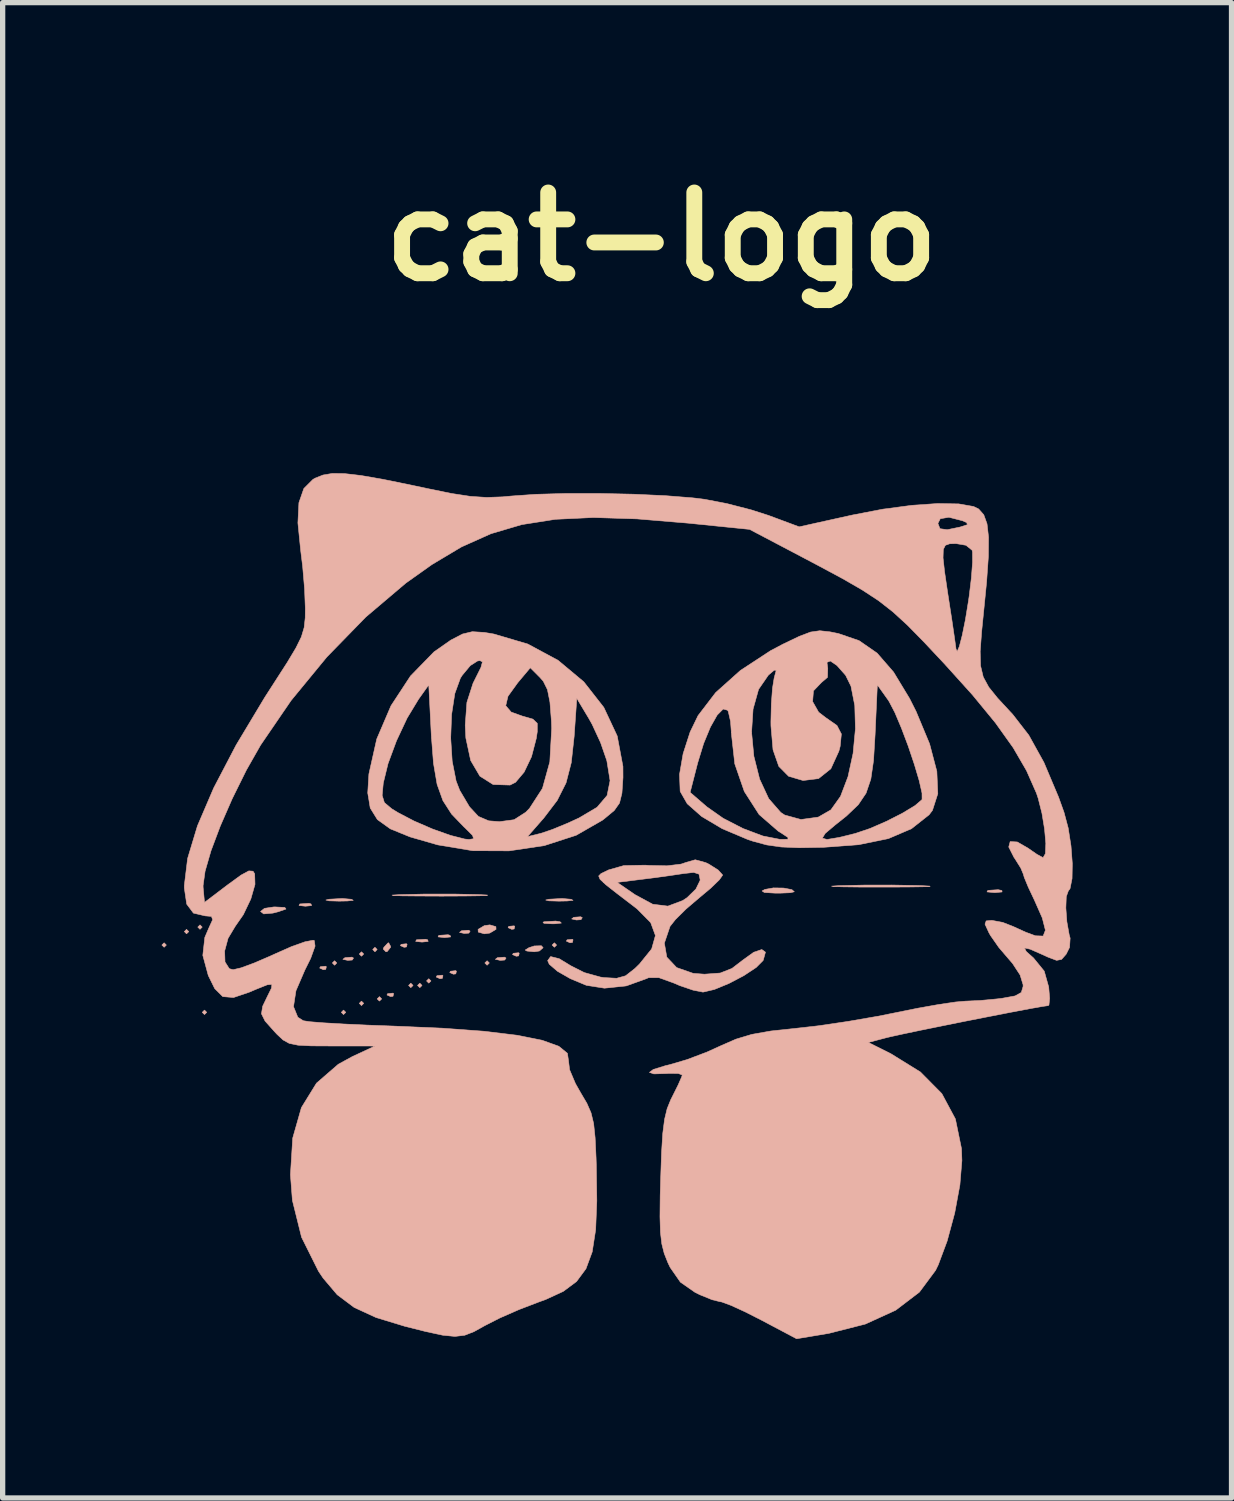
<source format=kicad_pcb>
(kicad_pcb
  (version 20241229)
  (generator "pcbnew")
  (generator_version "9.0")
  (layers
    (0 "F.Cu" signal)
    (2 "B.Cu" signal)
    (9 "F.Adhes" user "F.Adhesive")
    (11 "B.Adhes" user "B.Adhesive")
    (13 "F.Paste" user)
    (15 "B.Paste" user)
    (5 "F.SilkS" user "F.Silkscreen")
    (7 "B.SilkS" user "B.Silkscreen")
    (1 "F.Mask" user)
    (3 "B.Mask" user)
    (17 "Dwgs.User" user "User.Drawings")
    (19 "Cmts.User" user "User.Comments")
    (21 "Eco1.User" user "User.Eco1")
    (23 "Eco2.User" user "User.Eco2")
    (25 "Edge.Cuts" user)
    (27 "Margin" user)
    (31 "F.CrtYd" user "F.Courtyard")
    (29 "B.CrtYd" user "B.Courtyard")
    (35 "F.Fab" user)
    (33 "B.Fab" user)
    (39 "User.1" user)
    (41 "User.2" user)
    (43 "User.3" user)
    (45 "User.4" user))
  (footprint "cat-logo"
    (layer "F.Cu")
    (at 9.488 14.068)
    (property "Reference" "cat-logo" (at -0.05 -12.65 0) (layer "F.SilkS") (effects (font (size 1.524 1.524) (thickness 0.3))))
    (attr through_hole)
    (fp_poly (pts (xy -9.398 0.72) (xy -9.44 0.762) (xy -9.483 0.72) (xy -9.44 0.677) (xy -9.398 0.72)) (stroke (width 0.01) (type solid)) (fill yes) (layer "B.SilkS"))
    (fp_poly (pts (xy -8.975 0.466) (xy -9.017 0.508) (xy -9.059 0.466) (xy -9.017 0.423) (xy -8.975 0.466)) (stroke (width 0.01) (type solid)) (fill yes) (layer "B.SilkS"))
    (fp_poly (pts (xy -8.721 0.381) (xy -8.763 0.423) (xy -8.805 0.381) (xy -8.763 0.339) (xy -8.721 0.381)) (stroke (width 0.01) (type solid)) (fill yes) (layer "B.SilkS"))
    (fp_poly (pts (xy -8.636 1.99) (xy -8.678 2.032) (xy -8.721 1.99) (xy -8.678 1.947) (xy -8.636 1.99)) (stroke (width 0.01) (type solid)) (fill yes) (layer "B.SilkS"))
    (fp_poly (pts (xy -6.181 1.058) (xy -6.223 1.101) (xy -6.265 1.058) (xy -6.223 1.016) (xy -6.181 1.058)) (stroke (width 0.01) (type solid)) (fill yes) (layer "B.SilkS"))
    (fp_poly (pts (xy -6.011 1.99) (xy -6.054 2.032) (xy -6.096 1.99) (xy -6.054 1.947) (xy -6.011 1.99)) (stroke (width 0.01) (type solid)) (fill yes) (layer "B.SilkS"))
    (fp_poly (pts (xy -5.673 0.889) (xy -5.715 0.931) (xy -5.757 0.889) (xy -5.715 0.847) (xy -5.673 0.889)) (stroke (width 0.01) (type solid)) (fill yes) (layer "B.SilkS"))
    (fp_poly (pts (xy -5.673 1.82) (xy -5.715 1.863) (xy -5.757 1.82) (xy -5.715 1.778) (xy -5.673 1.82)) (stroke (width 0.01) (type solid)) (fill yes) (layer "B.SilkS"))
    (fp_poly (pts (xy -5.419 0.804) (xy -5.461 0.847) (xy -5.503 0.804) (xy -5.461 0.762) (xy -5.419 0.804)) (stroke (width 0.01) (type solid)) (fill yes) (layer "B.SilkS"))
    (fp_poly (pts (xy -5.334 1.736) (xy -5.376 1.778) (xy -5.419 1.736) (xy -5.376 1.693) (xy -5.334 1.736)) (stroke (width 0.01) (type solid)) (fill yes) (layer "B.SilkS"))
    (fp_poly (pts (xy -4.741 1.482) (xy -4.784 1.524) (xy -4.826 1.482) (xy -4.784 1.439) (xy -4.741 1.482)) (stroke (width 0.01) (type solid)) (fill yes) (layer "B.SilkS"))
    (fp_poly (pts (xy -4.572 1.482) (xy -4.614 1.524) (xy -4.657 1.482) (xy -4.614 1.439) (xy -4.572 1.482)) (stroke (width 0.01) (type solid)) (fill yes) (layer "B.SilkS"))
    (fp_poly (pts (xy -4.403 1.397) (xy -4.445 1.439) (xy -4.487 1.397) (xy -4.445 1.355) (xy -4.403 1.397)) (stroke (width 0.01) (type solid)) (fill yes) (layer "B.SilkS"))
    (fp_poly (pts (xy -3.302 1.058) (xy -3.344 1.101) (xy -3.387 1.058) (xy -3.344 1.016) (xy -3.302 1.058)) (stroke (width 0.01) (type solid)) (fill yes) (layer "B.SilkS"))
    (fp_poly (pts (xy -2.032 0.72) (xy -2.074 0.762) (xy -2.117 0.72) (xy -2.074 0.677) (xy -2.032 0.72)) (stroke (width 0.01) (type solid)) (fill yes) (layer "B.SilkS"))
    (fp_poly (pts (xy -6.668 -0.056) (xy -6.657 -0.025) (xy -6.773 -0.013) (xy -6.894 -0.027) (xy -6.879 -0.056) (xy -6.706 -0.067) (xy -6.668 -0.056)) (stroke (width 0.01) (type solid)) (fill yes) (layer "B.SilkS"))
    (fp_poly (pts (xy -6.378 1.129) (xy -6.39 1.179) (xy -6.435 1.185) (xy -6.504 1.154) (xy -6.491 1.129) (xy -6.391 1.119) (xy -6.378 1.129)) (stroke (width 0.01) (type solid)) (fill yes) (layer "B.SilkS"))
    (fp_poly (pts (xy -5.865 0.965) (xy -5.89 1.003) (xy -5.976 1.009) (xy -6.066 0.989) (xy -6.027 0.958) (xy -5.895 0.948) (xy -5.865 0.965)) (stroke (width 0.01) (type solid)) (fill yes) (layer "B.SilkS"))
    (fp_poly (pts (xy -5.108 1.637) (xy -5.12 1.687) (xy -5.165 1.693) (xy -5.234 1.662) (xy -5.221 1.637) (xy -5.121 1.627) (xy -5.108 1.637)) (stroke (width 0.01) (type solid)) (fill yes) (layer "B.SilkS"))
    (fp_poly (pts (xy -4.854 0.706) (xy -4.866 0.756) (xy -4.911 0.762) (xy -4.98 0.731) (xy -4.967 0.706) (xy -4.867 0.695) (xy -4.854 0.706)) (stroke (width 0.01) (type solid)) (fill yes) (layer "B.SilkS"))
    (fp_poly (pts (xy -4.466 0.621) (xy -4.456 0.652) (xy -4.572 0.664) (xy -4.692 0.651) (xy -4.678 0.621) (xy -4.504 0.61) (xy -4.466 0.621)) (stroke (width 0.01) (type solid)) (fill yes) (layer "B.SilkS"))
    (fp_poly (pts (xy -4.177 1.298) (xy -4.189 1.349) (xy -4.233 1.355) (xy -4.303 1.324) (xy -4.29 1.298) (xy -4.189 1.288) (xy -4.177 1.298)) (stroke (width 0.01) (type solid)) (fill yes) (layer "B.SilkS"))
    (fp_poly (pts (xy -4.043 0.537) (xy -4.032 0.567) (xy -4.149 0.579) (xy -4.269 0.566) (xy -4.255 0.537) (xy -4.081 0.525) (xy -4.043 0.537)) (stroke (width 0.01) (type solid)) (fill yes) (layer "B.SilkS"))
    (fp_poly (pts (xy -3.923 1.214) (xy -3.935 1.264) (xy -3.979 1.27) (xy -4.049 1.239) (xy -4.036 1.214) (xy -3.935 1.203) (xy -3.923 1.214)) (stroke (width 0.01) (type solid)) (fill yes) (layer "B.SilkS"))
    (fp_poly (pts (xy -3.664 0.457) (xy -3.689 0.495) (xy -3.775 0.501) (xy -3.865 0.481) (xy -3.826 0.45) (xy -3.694 0.44) (xy -3.664 0.457)) (stroke (width 0.01) (type solid)) (fill yes) (layer "B.SilkS"))
    (fp_poly (pts (xy -2.986 0.965) (xy -3.012 1.003) (xy -3.097 1.009) (xy -3.188 0.989) (xy -3.149 0.958) (xy -3.016 0.948) (xy -2.986 0.965)) (stroke (width 0.01) (type solid)) (fill yes) (layer "B.SilkS"))
    (fp_poly (pts (xy -2.822 0.367) (xy -2.834 0.417) (xy -2.879 0.423) (xy -2.948 0.392) (xy -2.935 0.367) (xy -2.835 0.357) (xy -2.822 0.367)) (stroke (width 0.01) (type solid)) (fill yes) (layer "B.SilkS"))
    (fp_poly (pts (xy -2.738 0.875) (xy -2.749 0.925) (xy -2.794 0.931) (xy -2.864 0.9) (xy -2.85 0.875) (xy -2.75 0.865) (xy -2.738 0.875)) (stroke (width 0.01) (type solid)) (fill yes) (layer "B.SilkS"))
    (fp_poly (pts (xy -1.722 0.621) (xy -1.733 0.671) (xy -1.778 0.677) (xy -1.848 0.646) (xy -1.834 0.621) (xy -1.734 0.611) (xy -1.722 0.621)) (stroke (width 0.01) (type solid)) (fill yes) (layer "B.SilkS"))
    (fp_poly (pts (xy -1.547 0.203) (xy -1.572 0.241) (xy -1.658 0.247) (xy -1.748 0.227) (xy -1.709 0.196) (xy -1.577 0.186) (xy -1.547 0.203)) (stroke (width 0.01) (type solid)) (fill yes) (layer "B.SilkS"))
    (fp_poly (pts (xy -5.904 -0.144) (xy -5.87 -0.124) (xy -5.981 -0.112) (xy -6.138 -0.109) (xy -6.33 -0.115) (xy -6.387 -0.13) (xy -6.328 -0.145) (xy -6.077 -0.159) (xy -5.904 -0.144)) (stroke (width 0.01) (type solid)) (fill yes) (layer "B.SilkS"))
    (fp_poly (pts (xy -5.166 0.743) (xy -5.165 0.762) (xy -5.23 0.843) (xy -5.254 0.847) (xy -5.305 0.795) (xy -5.292 0.762) (xy -5.216 0.681) (xy -5.202 0.677) (xy -5.166 0.743)) (stroke (width 0.01) (type solid)) (fill yes) (layer "B.SilkS"))
    (fp_poly (pts (xy -3.178 0.372) (xy -3.175 0.423) (xy -3.294 0.494) (xy -3.397 0.508) (xy -3.511 0.475) (xy -3.514 0.423) (xy -3.395 0.353) (xy -3.292 0.339) (xy -3.178 0.372)) (stroke (width 0.01) (type solid)) (fill yes) (layer "B.SilkS"))
    (fp_poly (pts (xy -2.286 0.77) (xy -2.357 0.832) (xy -2.455 0.847) (xy -2.593 0.833) (xy -2.625 0.814) (xy -2.555 0.77) (xy -2.455 0.737) (xy -2.32 0.733) (xy -2.286 0.77)) (stroke (width 0.01) (type solid)) (fill yes) (layer "B.SilkS"))
    (fp_poly (pts (xy -1.968 0.28) (xy -1.942 0.305) (xy -2.059 0.318) (xy -2.117 0.319) (xy -2.271 0.31) (xy -2.289 0.288) (xy -2.265 0.28) (xy -2.05 0.267) (xy -1.968 0.28)) (stroke (width 0.01) (type solid)) (fill yes) (layer "B.SilkS"))
    (fp_poly (pts (xy -1.756 -0.144) (xy -1.722 -0.124) (xy -1.833 -0.112) (xy -1.99 -0.109) (xy -2.182 -0.115) (xy -2.238 -0.13) (xy -2.179 -0.145) (xy -1.929 -0.159) (xy -1.756 -0.144)) (stroke (width 0.01) (type solid)) (fill yes) (layer "B.SilkS"))
    (fp_poly (pts (xy 6.373 -0.31) (xy 6.376 -0.282) (xy 6.243 -0.27) (xy 6.223 -0.271) (xy 6.092 -0.283) (xy 6.104 -0.308) (xy 6.119 -0.313) (xy 6.303 -0.325) (xy 6.373 -0.31)) (stroke (width 0.01) (type solid)) (fill yes) (layer "B.SilkS"))
    (fp_poly (pts (xy -7.162 0.01) (xy -7.14 0.04) (xy -7.285 0.091) (xy -7.387 0.117) (xy -7.561 0.132) (xy -7.62 0.086) (xy -7.546 0.027) (xy -7.367 0.000133) (xy -7.352 0) (xy -7.162 0.01)) (stroke (width 0.01) (type solid)) (fill yes) (layer "B.SilkS"))
    (fp_poly (pts (xy 2.254 -0.356) (xy 2.409 -0.326) (xy 2.455 -0.286) (xy 2.38 -0.268) (xy 2.19 -0.26) (xy 2.095 -0.26) (xy 1.89 -0.272) (xy 1.846 -0.301) (xy 1.899 -0.33) (xy 2.061 -0.359) (xy 2.254 -0.356)) (stroke (width 0.01) (type solid)) (fill yes) (layer "B.SilkS"))
    (fp_poly (pts (xy -3.506 -0.233) (xy -3.493 -0.232) (xy -3.337 -0.224) (xy -3.339 -0.216) (xy -3.487 -0.21) (xy -3.769 -0.206) (xy -4.175 -0.204) (xy -4.233 -0.204) (xy -4.654 -0.206) (xy -4.952 -0.209) (xy -5.117 -0.215) (xy -5.138 -0.223) (xy -5.002 -0.231) (xy -4.974 -0.232) (xy -4.505 -0.243) (xy -3.979 -0.243) (xy -3.506 -0.233)) (stroke (width 0.01) (type solid)) (fill yes) (layer "B.SilkS"))
    (fp_poly (pts (xy 4.777 -0.404) (xy 4.843 -0.402) (xy 5.01 -0.393) (xy 5.018 -0.386) (xy 4.879 -0.38) (xy 4.604 -0.376) (xy 4.203 -0.374) (xy 4.106 -0.374) (xy 3.678 -0.375) (xy 3.368 -0.379) (xy 3.191 -0.384) (xy 3.157 -0.392) (xy 3.278 -0.4) (xy 3.319 -0.402) (xy 3.772 -0.412) (xy 4.291 -0.413) (xy 4.777 -0.404)) (stroke (width 0.01) (type solid)) (fill yes) (layer "B.SilkS"))
    (fp_poly (pts (xy 0.783 -0.836) (xy 0.846 -0.805) (xy 1.018 -0.696) (xy 1.1 -0.605) (xy 1.101 -0.598) (xy 1.039 -0.511) (xy 0.878 -0.355) (xy 0.656 -0.169) (xy 0.41 0.041) (xy 0.21 0.239) (xy 0.109 0.367) (xy 0.002 0.683) (xy 0.048 0.948) (xy 0.234 1.145) (xy 0.546 1.254) (xy 0.759 1.27) (xy 1.057 1.248) (xy 1.278 1.161) (xy 1.476 1.009) (xy 1.688 0.856) (xy 1.841 0.804) (xy 1.91 0.854) (xy 1.869 1.004) (xy 1.864 1.013) (xy 1.735 1.143) (xy 1.502 1.297) (xy 1.22 1.445) (xy 0.946 1.558) (xy 0.737 1.607) (xy 0.724 1.607) (xy 0.544 1.571) (xy 0.292 1.485) (xy 0.183 1.438) (xy -0.102 1.335) (xy -0.294 1.335) (xy -0.335 1.353) (xy -0.717 1.491) (xy -1.129 1.534) (xy -1.47 1.48) (xy -1.769 1.356) (xy -2.017 1.214) (xy -2.171 1.081) (xy -2.201 1.014) (xy -2.145 0.937) (xy -1.984 0.977) (xy -1.762 1.112) (xy -1.51 1.239) (xy -1.205 1.324) (xy -1.138 1.334) (xy -0.899 1.347) (xy -0.73 1.3) (xy -0.555 1.163) (xy -0.468 1.078) (xy -0.238 0.793) (xy -0.167 0.54) (xy -0.256 0.297) (xy -0.508 0.042) (xy -0.561 0) (xy -0.889 -0.251) (xy -1.101 -0.417) (xy -1.15 -0.463) (xy -0.889 -0.463) (xy -0.552 -0.231) (xy -0.219 -0.051) (xy 0.068 -0.015) (xy 0.348 -0.12) (xy 0.431 -0.175) (xy 0.597 -0.337) (xy 0.676 -0.499) (xy 0.677 -0.515) (xy 0.655 -0.619) (xy 0.556 -0.651) (xy 0.36 -0.629) (xy 0.085 -0.588) (xy -0.255 -0.542) (xy -0.423 -0.521) (xy -0.889 -0.463) (xy -1.15 -0.463) (xy -1.212 -0.521) (xy -1.238 -0.584) (xy -1.194 -0.629) (xy -1.096 -0.676) (xy -1.052 -0.698) (xy -0.765 -0.78) (xy -0.361 -0.788) (xy -0.287 -0.783) (xy 0.052 -0.776) (xy 0.317 -0.808) (xy 0.411 -0.84) (xy 0.585 -0.89) (xy 0.783 -0.836)) (stroke (width 0.01) (type solid)) (fill yes) (layer "B.SilkS"))
    (fp_poly (pts (xy -3.395 -5.181) (xy -3.217 -5.151) (xy -2.576 -4.962) (xy -2.004 -4.654) (xy -1.519 -4.249) (xy -1.141 -3.766) (xy -0.888 -3.226) (xy -0.78 -2.651) (xy -0.779 -2.442) (xy -0.799 -2.147) (xy -0.845 -1.96) (xy -0.944 -1.82) (xy -1.128 -1.667) (xy -1.168 -1.636) (xy -1.663 -1.352) (xy -2.265 -1.157) (xy -2.929 -1.058) (xy -3.616 -1.061) (xy -4.276 -1.171) (xy -4.797 -1.321) (xy -5.17 -1.473) (xy -5.415 -1.649) (xy -5.55 -1.867) (xy -5.589 -2.106) (xy -5.325 -2.106) (xy -5.283 -1.969) (xy -5.145 -1.853) (xy -5.026 -1.78) (xy -4.722 -1.621) (xy -4.373 -1.47) (xy -4.035 -1.35) (xy -3.765 -1.281) (xy -3.685 -1.273) (xy -3.598 -1.287) (xy -3.611 -1.326) (xy -2.582 -1.326) (xy -2.328 -1.389) (xy -2.111 -1.462) (xy -1.82 -1.582) (xy -1.609 -1.679) (xy -1.268 -1.881) (xy -1.079 -2.103) (xy -1.023 -2.383) (xy -1.083 -2.755) (xy -1.089 -2.775) (xy -1.202 -3.101) (xy -1.361 -3.445) (xy -1.423 -3.556) (xy -1.651 -3.937) (xy -1.701 -3.217) (xy -1.755 -2.724) (xy -1.854 -2.341) (xy -2.021 -2.01) (xy -2.276 -1.675) (xy -2.309 -1.638) (xy -2.582 -1.326) (xy -3.611 -1.326) (xy -3.619 -1.35) (xy -3.76 -1.491) (xy -3.782 -1.511) (xy -4.014 -1.752) (xy -4.178 -2.007) (xy -4.288 -2.314) (xy -4.356 -2.712) (xy -4.393 -3.188) (xy -4.031 -3.188) (xy -4.003 -2.75) (xy -3.929 -2.376) (xy -3.861 -2.201) (xy -3.677 -1.89) (xy -3.508 -1.708) (xy -3.313 -1.625) (xy -3.111 -1.609) (xy -2.834 -1.646) (xy -2.616 -1.786) (xy -2.544 -1.859) (xy -2.299 -2.237) (xy -2.16 -2.739) (xy -2.125 -3.369) (xy -2.13 -3.508) (xy -2.158 -3.866) (xy -2.205 -4.101) (xy -2.283 -4.259) (xy -2.345 -4.33) (xy -2.529 -4.514) (xy -2.767 -4.23) (xy -2.95 -3.976) (xy -2.992 -3.798) (xy -2.89 -3.678) (xy -2.683 -3.603) (xy -2.48 -3.545) (xy -2.397 -3.465) (xy -2.397 -3.306) (xy -2.416 -3.18) (xy -2.506 -2.835) (xy -2.645 -2.544) (xy -2.807 -2.352) (xy -2.911 -2.3) (xy -3.23 -2.31) (xy -3.48 -2.468) (xy -3.654 -2.764) (xy -3.745 -3.188) (xy -3.757 -3.429) (xy -3.725 -3.861) (xy -3.609 -4.222) (xy -3.568 -4.304) (xy -3.46 -4.521) (xy -3.432 -4.625) (xy -3.479 -4.649) (xy -3.525 -4.642) (xy -3.661 -4.555) (xy -3.812 -4.374) (xy -3.848 -4.318) (xy -3.953 -4.029) (xy -4.014 -3.633) (xy -4.031 -3.188) (xy -4.393 -3.188) (xy -4.397 -3.238) (xy -4.398 -3.26) (xy -4.445 -4.191) (xy -4.638 -3.92) (xy -4.853 -3.565) (xy -5.054 -3.137) (xy -5.214 -2.705) (xy -5.303 -2.34) (xy -5.304 -2.334) (xy -5.325 -2.106) (xy -5.589 -2.106) (xy -5.597 -2.15) (xy -5.575 -2.509) (xy -5.427 -3.169) (xy -5.158 -3.797) (xy -4.79 -4.358) (xy -4.346 -4.814) (xy -4.029 -5.036) (xy -3.808 -5.151) (xy -3.623 -5.195) (xy -3.395 -5.181)) (stroke (width 0.01) (type solid)) (fill yes) (layer "B.SilkS"))
    (fp_poly (pts (xy 3.129 -5.192) (xy 3.287 -5.16) (xy 3.677 -5.026) (xy 4.018 -4.79) (xy 4.328 -4.433) (xy 4.629 -3.936) (xy 4.754 -3.688) (xy 5.008 -3.078) (xy 5.145 -2.558) (xy 5.163 -2.137) (xy 5.062 -1.822) (xy 4.998 -1.738) (xy 4.666 -1.476) (xy 4.229 -1.289) (xy 3.668 -1.174) (xy 3.006 -1.125) (xy 2.548 -1.117) (xy 2.208 -1.131) (xy 1.934 -1.17) (xy 1.674 -1.24) (xy 1.573 -1.274) (xy 1.095 -1.476) (xy 0.706 -1.707) (xy 0.433 -1.948) (xy 0.311 -2.162) (xy 0.488 -2.162) (xy 0.807 -1.887) (xy 1.113 -1.672) (xy 1.486 -1.48) (xy 1.863 -1.338) (xy 2.18 -1.276) (xy 2.201 -1.275) (xy 2.332 -1.277) (xy 2.335 -1.298) (xy 2.984 -1.298) (xy 3.071 -1.273) (xy 3.304 -1.312) (xy 3.607 -1.387) (xy 3.883 -1.48) (xy 4.195 -1.616) (xy 4.494 -1.768) (xy 4.734 -1.913) (xy 4.864 -2.025) (xy 4.866 -2.029) (xy 4.865 -2.148) (xy 4.812 -2.383) (xy 4.72 -2.692) (xy 4.604 -3.037) (xy 4.476 -3.376) (xy 4.352 -3.67) (xy 4.244 -3.877) (xy 4.225 -3.906) (xy 4.022 -4.191) (xy 3.979 -3.245) (xy 3.95 -2.764) (xy 3.899 -2.412) (xy 3.809 -2.147) (xy 3.662 -1.929) (xy 3.439 -1.716) (xy 3.224 -1.545) (xy 3.037 -1.387) (xy 2.984 -1.298) (xy 2.335 -1.298) (xy 2.336 -1.31) (xy 2.205 -1.397) (xy 2.151 -1.43) (xy 1.79 -1.744) (xy 1.511 -2.179) (xy 1.331 -2.7) (xy 1.269 -3.254) (xy 1.266 -3.298) (xy 1.648 -3.298) (xy 1.691 -2.844) (xy 1.8 -2.412) (xy 1.971 -2.044) (xy 2.199 -1.783) (xy 2.273 -1.734) (xy 2.58 -1.65) (xy 2.907 -1.695) (xy 3.145 -1.832) (xy 3.327 -2.087) (xy 3.468 -2.458) (xy 3.564 -2.898) (xy 3.608 -3.361) (xy 3.596 -3.8) (xy 3.524 -4.167) (xy 3.423 -4.372) (xy 3.259 -4.557) (xy 3.134 -4.642) (xy 3.071 -4.616) (xy 3.086 -4.503) (xy 3.081 -4.333) (xy 2.967 -4.236) (xy 2.816 -4.078) (xy 2.8 -3.876) (xy 2.914 -3.675) (xy 3.047 -3.573) (xy 3.26 -3.424) (xy 3.343 -3.264) (xy 3.32 -3.031) (xy 3.296 -2.94) (xy 3.144 -2.607) (xy 2.912 -2.422) (xy 2.62 -2.386) (xy 2.347 -2.466) (xy 2.162 -2.653) (xy 2.053 -2.965) (xy 2.014 -3.417) (xy 2.013 -3.492) (xy 2.021 -3.832) (xy 2.043 -4.128) (xy 2.074 -4.32) (xy 2.076 -4.328) (xy 2.113 -4.466) (xy 2.075 -4.468) (xy 1.965 -4.375) (xy 1.78 -4.106) (xy 1.676 -3.733) (xy 1.648 -3.298) (xy 1.266 -3.298) (xy 1.251 -3.501) (xy 1.209 -3.685) (xy 1.196 -3.712) (xy 1.112 -3.735) (xy 0.999 -3.621) (xy 0.871 -3.395) (xy 0.743 -3.085) (xy 0.63 -2.716) (xy 0.627 -2.704) (xy 0.488 -2.162) (xy 0.311 -2.162) (xy 0.301 -2.181) (xy 0.3 -2.186) (xy 0.288 -2.5) (xy 0.356 -2.892) (xy 0.488 -3.301) (xy 0.638 -3.611) (xy 0.97 -4.045) (xy 1.437 -4.463) (xy 2.006 -4.836) (xy 2.239 -4.959) (xy 2.548 -5.107) (xy 2.761 -5.188) (xy 2.936 -5.213) (xy 3.129 -5.192)) (stroke (width 0.01) (type solid)) (fill yes) (layer "B.SilkS"))
    (fp_poly (pts (xy -6.035 -8.179) (xy -5.725 -8.143) (xy -5.31 -8.071) (xy -4.768 -7.96) (xy -4.487 -7.9) (xy -4.018 -7.804) (xy -3.658 -7.749) (xy -3.354 -7.729) (xy -3.051 -7.74) (xy -2.879 -7.756) (xy -2.425 -7.788) (xy -1.857 -7.804) (xy -1.225 -7.804) (xy -0.581 -7.79) (xy 0.023 -7.762) (xy 0.538 -7.721) (xy 0.759 -7.694) (xy 1.181 -7.613) (xy 1.639 -7.495) (xy 1.969 -7.389) (xy 2.547 -7.174) (xy 2.839 -7.239) (xy 5.165 -7.239) (xy 5.204 -7.139) (xy 5.342 -7.12) (xy 5.583 -7.17) (xy 5.723 -7.215) (xy 5.707 -7.255) (xy 5.626 -7.29) (xy 5.372 -7.355) (xy 5.21 -7.327) (xy 5.165 -7.239) (xy 2.839 -7.239) (xy 3.552 -7.397) (xy 4.128 -7.508) (xy 4.673 -7.58) (xy 5.16 -7.614) (xy 5.558 -7.607) (xy 5.838 -7.558) (xy 5.934 -7.511) (xy 6.031 -7.401) (xy 6.092 -7.231) (xy 6.121 -6.978) (xy 6.118 -6.62) (xy 6.084 -6.133) (xy 6.04 -5.688) (xy 5.99 -5.19) (xy 5.963 -4.823) (xy 5.97 -4.552) (xy 6.021 -4.339) (xy 6.125 -4.148) (xy 6.291 -3.942) (xy 6.53 -3.684) (xy 6.575 -3.636) (xy 6.881 -3.241) (xy 7.166 -2.727) (xy 7.442 -2.073) (xy 7.545 -1.786) (xy 7.624 -1.49) (xy 7.677 -1.152) (xy 7.702 -0.818) (xy 7.697 -0.534) (xy 7.659 -0.345) (xy 7.626 -0.3) (xy 7.588 -0.194) (xy 7.58 0.019) (xy 7.599 0.279) (xy 7.643 0.526) (xy 7.661 0.589) (xy 7.65 0.763) (xy 7.586 0.892) (xy 7.499 0.991) (xy 7.405 1.009) (xy 7.241 0.947) (xy 7.159 0.909) (xy 6.907 0.798) (xy 6.798 0.775) (xy 6.833 0.842) (xy 6.97 0.964) (xy 7.172 1.212) (xy 7.256 1.511) (xy 7.274 1.727) (xy 7.261 1.851) (xy 7.248 1.863) (xy 7.137 1.879) (xy 6.893 1.922) (xy 6.55 1.987) (xy 6.14 2.067) (xy 5.698 2.154) (xy 5.257 2.243) (xy 4.849 2.326) (xy 4.507 2.398) (xy 4.266 2.451) (xy 4.191 2.469) (xy 3.852 2.558) (xy 4.276 2.77) (xy 4.835 3.116) (xy 5.239 3.524) (xy 5.495 4.002) (xy 5.61 4.561) (xy 5.618 4.787) (xy 5.58 5.248) (xy 5.482 5.778) (xy 5.34 6.305) (xy 5.172 6.755) (xy 5.121 6.86) (xy 4.816 7.271) (xy 4.369 7.612) (xy 3.795 7.874) (xy 3.111 8.048) (xy 3.09 8.052) (xy 2.498 8.151) (xy 1.837 7.801) (xy 1.526 7.643) (xy 1.262 7.522) (xy 1.086 7.457) (xy 1.051 7.451) (xy 0.902 7.414) (xy 0.676 7.322) (xy 0.582 7.276) (xy 0.305 7.083) (xy 0.111 6.804) (xy 0.068 6.714) (xy -0.001 6.54) (xy -0.046 6.362) (xy -0.072 6.144) (xy -0.081 5.85) (xy -0.077 5.445) (xy -0.068 5.132) (xy -0.051 4.635) (xy -0.028 4.272) (xy 0.006 4.008) (xy 0.054 3.809) (xy 0.123 3.638) (xy 0.152 3.581) (xy 0.262 3.36) (xy 0.329 3.207) (xy 0.339 3.172) (xy 0.265 3.144) (xy 0.083 3.142) (xy 0.047 3.145) (xy -0.196 3.152) (xy -0.28 3.123) (xy -0.207 3.068) (xy 0.018 2.998) (xy 0.106 2.977) (xy 0.432 2.881) (xy 0.807 2.739) (xy 1.058 2.625) (xy 1.353 2.496) (xy 1.652 2.406) (xy 2.013 2.342) (xy 2.455 2.295) (xy 2.924 2.242) (xy 3.476 2.16) (xy 4.03 2.064) (xy 4.36 1.998) (xy 4.785 1.912) (xy 5.179 1.842) (xy 5.495 1.795) (xy 5.682 1.779) (xy 5.965 1.766) (xy 6.294 1.735) (xy 6.381 1.724) (xy 6.622 1.68) (xy 6.739 1.615) (xy 6.773 1.502) (xy 6.773 1.469) (xy 6.717 1.286) (xy 6.574 1.067) (xy 6.511 0.994) (xy 6.315 0.765) (xy 6.156 0.537) (xy 6.128 0.487) (xy 6.054 0.325) (xy 6.076 0.264) (xy 6.183 0.254) (xy 6.388 0.292) (xy 6.587 0.37) (xy 6.824 0.478) (xy 7.006 0.545) (xy 7.151 0.55) (xy 7.194 0.44) (xy 7.135 0.208) (xy 6.987 -0.127) (xy 6.871 -0.373) (xy 6.795 -0.557) (xy 6.776 -0.622) (xy 6.729 -0.734) (xy 6.618 -0.911) (xy 6.602 -0.933) (xy 6.502 -1.131) (xy 6.529 -1.233) (xy 6.663 -1.226) (xy 6.863 -1.111) (xy 7.035 -0.992) (xy 7.143 -0.933) (xy 7.151 -0.931) (xy 7.194 -1.006) (xy 7.202 -1.2) (xy 7.178 -1.469) (xy 7.129 -1.767) (xy 7.058 -2.049) (xy 7.025 -2.147) (xy 6.838 -2.571) (xy 6.586 -3.005) (xy 6.252 -3.473) (xy 5.819 -4) (xy 5.284 -4.593) (xy 4.902 -5) (xy 4.591 -5.317) (xy 4.317 -5.568) (xy 4.046 -5.78) (xy 3.741 -5.98) (xy 3.369 -6.195) (xy 2.894 -6.45) (xy 2.682 -6.562) (xy 2.631 -6.589) (xy 5.262 -6.589) (xy 5.291 -6.326) (xy 5.349 -5.932) (xy 5.376 -5.757) (xy 5.431 -5.401) (xy 5.474 -5.107) (xy 5.501 -4.915) (xy 5.507 -4.868) (xy 5.529 -4.823) (xy 5.57 -4.917) (xy 5.624 -5.126) (xy 5.684 -5.421) (xy 5.742 -5.776) (xy 5.755 -5.864) (xy 5.797 -6.212) (xy 5.819 -6.504) (xy 5.818 -6.695) (xy 5.811 -6.732) (xy 5.695 -6.826) (xy 5.506 -6.858) (xy 5.385 -6.854) (xy 5.306 -6.826) (xy 5.267 -6.747) (xy 5.262 -6.589) (xy 2.631 -6.589) (xy 1.61 -7.126) (xy 0.445 -7.244) (xy -0.514 -7.324) (xy -1.338 -7.35) (xy -2.055 -7.316) (xy -2.69 -7.216) (xy -3.272 -7.044) (xy -3.828 -6.795) (xy -4.384 -6.463) (xy -4.877 -6.113) (xy -5.633 -5.472) (xy -6.368 -4.718) (xy -7.043 -3.897) (xy -7.619 -3.055) (xy -7.888 -2.582) (xy -8.155 -2.042) (xy -8.381 -1.524) (xy -8.556 -1.058) (xy -8.667 -0.674) (xy -8.705 -0.401) (xy -8.704 -0.368) (xy -8.678 -0.085) (xy -8.231 -0.424) (xy -7.987 -0.601) (xy -7.841 -0.68) (xy -7.762 -0.674) (xy -7.731 -0.625) (xy -7.725 -0.425) (xy -7.804 -0.149) (xy -7.945 0.146) (xy -8.098 0.366) (xy -8.233 0.592) (xy -8.298 0.832) (xy -8.291 1.038) (xy -8.21 1.166) (xy -8.137 1.185) (xy -7.988 1.15) (xy -7.736 1.057) (xy -7.428 0.924) (xy -7.336 0.882) (xy -7.033 0.748) (xy -6.783 0.659) (xy -6.629 0.629) (xy -6.606 0.634) (xy -6.591 0.74) (xy -6.674 0.971) (xy -6.782 1.188) (xy -6.952 1.582) (xy -6.998 1.882) (xy -6.917 2.082) (xy -6.814 2.148) (xy -6.69 2.167) (xy -6.427 2.188) (xy -6.053 2.21) (xy -5.6 2.231) (xy -5.141 2.248) (xy -4.187 2.289) (xy -3.399 2.347) (xy -2.773 2.423) (xy -2.305 2.517) (xy -1.991 2.63) (xy -1.828 2.763) (xy -1.808 2.899) (xy -1.787 3.073) (xy -1.677 3.333) (xy -1.582 3.501) (xy -1.461 3.706) (xy -1.382 3.887) (xy -1.333 4.089) (xy -1.305 4.358) (xy -1.287 4.738) (xy -1.283 4.862) (xy -1.273 5.549) (xy -1.295 6.092) (xy -1.36 6.511) (xy -1.478 6.83) (xy -1.656 7.071) (xy -1.906 7.257) (xy -2.236 7.409) (xy -2.373 7.459) (xy -2.741 7.6) (xy -3.102 7.758) (xy -3.381 7.9) (xy -3.387 7.903) (xy -3.592 8.017) (xy -3.767 8.085) (xy -3.951 8.107) (xy -4.182 8.084) (xy -4.502 8.015) (xy -4.899 7.915) (xy -5.441 7.75) (xy -5.853 7.56) (xy -6.173 7.32) (xy -6.44 7.005) (xy -6.526 6.877) (xy -6.846 6.235) (xy -7.019 5.539) (xy -7.056 5.055) (xy -7.013 4.363) (xy -6.849 3.788) (xy -6.564 3.326) (xy -6.153 2.97) (xy -5.89 2.826) (xy -5.461 2.626) (xy -6.282 2.625) (xy -6.662 2.623) (xy -6.913 2.61) (xy -7.078 2.576) (xy -7.197 2.51) (xy -7.313 2.401) (xy -7.361 2.349) (xy -7.535 2.154) (xy -7.603 2.017) (xy -7.58 1.874) (xy -7.491 1.689) (xy -7.414 1.533) (xy -7.406 1.462) (xy -7.494 1.47) (xy -7.701 1.553) (xy -7.835 1.61) (xy -8.13 1.71) (xy -8.333 1.693) (xy -8.485 1.542) (xy -8.607 1.294) (xy -8.71 0.914) (xy -8.672 0.575) (xy -8.598 0.402) (xy -8.524 0.241) (xy -8.547 0.179) (xy -8.666 0.169) (xy -8.887 0.117) (xy -9.014 -0.053) (xy -9.059 -0.358) (xy -9.059 -0.404) (xy -8.997 -0.914) (xy -8.811 -1.53) (xy -8.504 -2.246) (xy -8.08 -3.057) (xy -7.54 -3.956) (xy -7.36 -4.236) (xy -7.116 -4.615) (xy -6.952 -4.889) (xy -6.85 -5.096) (xy -6.797 -5.273) (xy -6.777 -5.456) (xy -6.775 -5.637) (xy -6.789 -5.999) (xy -6.825 -6.422) (xy -6.863 -6.731) (xy -6.915 -7.248) (xy -6.896 -7.63) (xy -6.803 -7.897) (xy -6.63 -8.07) (xy -6.587 -8.094) (xy -6.441 -8.152) (xy -6.265 -8.182) (xy -6.035 -8.179)) (stroke (width 0.01) (type solid)) (fill yes) (layer "B.SilkS")))
  (gr_rect
    (start -3 -3)
    (end 20.195 25.224)
    (stroke (width 0.1) (type default))
    (fill no)
    (layer "Edge.Cuts")))
</source>
